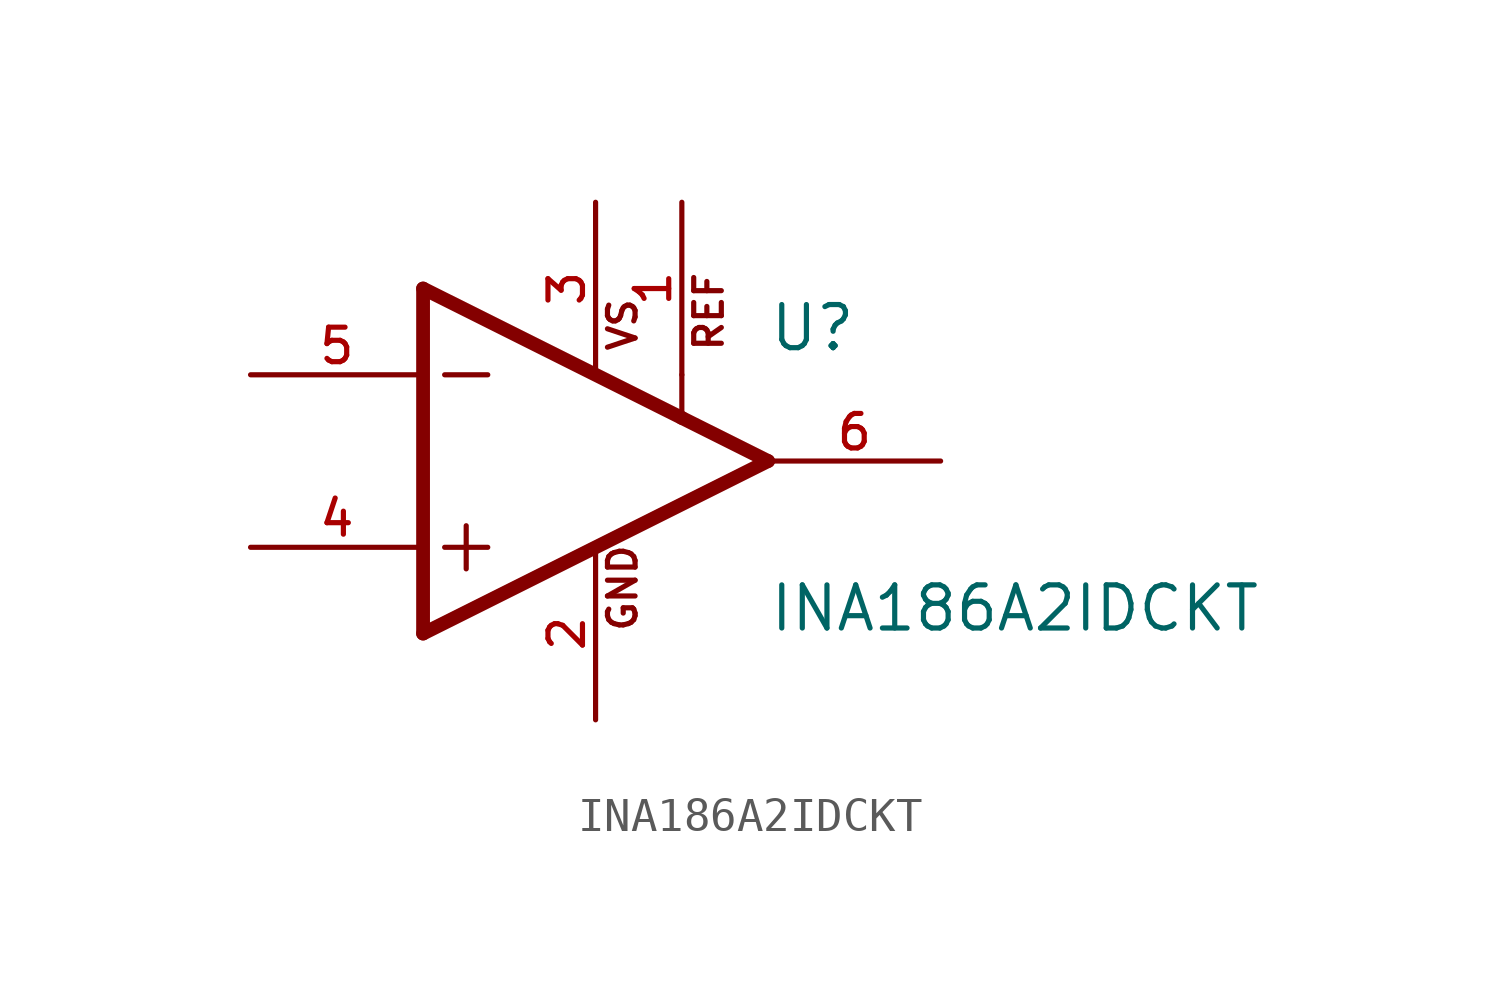
<source format=kicad_sym>
(kicad_symbol_lib
  (version 20211014)
  (generator kicad_symbol_editor)
  (symbol "INA186A2IDCKT"
    (pin_names
      (offset 1.016))
    (property "Reference" "U"
      (at 7.62 3.175 0)
      (effects (font (size 1.27 1.27)) (justify bottom left)))
    (property "Value" "INA186A2IDCKT"
      (at 7.62 -5.08 0)
      (effects (font (size 1.27 1.27)) (justify bottom left)))
    (symbol "INA186A2IDCKT_0_0"
      (polyline (pts (xy -2.54 5.08) (xy -2.54 -5.08)) (stroke (width 0.406)))
      (polyline (pts (xy -2.54 -5.08) (xy 7.62 0.0)) (stroke (width 0.406)))
      (polyline (pts (xy 7.62 0.0) (xy 5.08 1.27)) (stroke (width 0.406)))
      (polyline (pts (xy 5.08 1.27) (xy -2.54 5.08)) (stroke (width 0.406)))
      (polyline (pts (xy -1.27 -1.905) (xy -1.27 -3.175)) (stroke (width 0.152)))
      (polyline (pts (xy -1.905 2.54) (xy -0.635 2.54)) (stroke (width 0.152)))
      (polyline (pts (xy -1.905 -2.54) (xy -0.635 -2.54)) (stroke (width 0.152)))
      (text "VS" (at 3.81 3.175 900) (effects (font (size 0.813 0.813)) (justify bottom left)))
      (text "GND" (at 3.81 -5.08 900) (effects (font (size 0.813 0.813)) (justify bottom left)))
      (polyline (pts (xy 5.08 1.27) (xy 5.08 2.54)) (stroke (width 0.152)))
      (text "REF" (at 6.35 3.175 900) (effects (font (size 0.813 0.813)) (justify bottom left)))
      (pin input line (at 5.08 7.62 270.0) (length 5.08) (name "~" (effects (font (size 1.016 1.016)))) (number "1" (effects (font (size 1.016 1.016)))))
      (pin power_in line (at 2.54 -7.62 90.0) (length 5.08) (name "~" (effects (font (size 1.016 1.016)))) (number "2" (effects (font (size 1.016 1.016)))))
      (pin power_in line (at 2.54 7.62 270.0) (length 5.08) (name "~" (effects (font (size 1.016 1.016)))) (number "3" (effects (font (size 1.016 1.016)))))
      (pin output line (at 12.7 0.0 180.0) (length 5.08) (name "~" (effects (font (size 1.016 1.016)))) (number "6" (effects (font (size 1.016 1.016)))))
      (pin input line (at -7.62 2.54 0) (length 5.08) (name "~" (effects (font (size 1.016 1.016)))) (number "5" (effects (font (size 1.016 1.016)))))
      (pin input line (at -7.62 -2.54 0) (length 5.08) (name "~" (effects (font (size 1.016 1.016)))) (number "4" (effects (font (size 1.016 1.016))))))))
</source>
